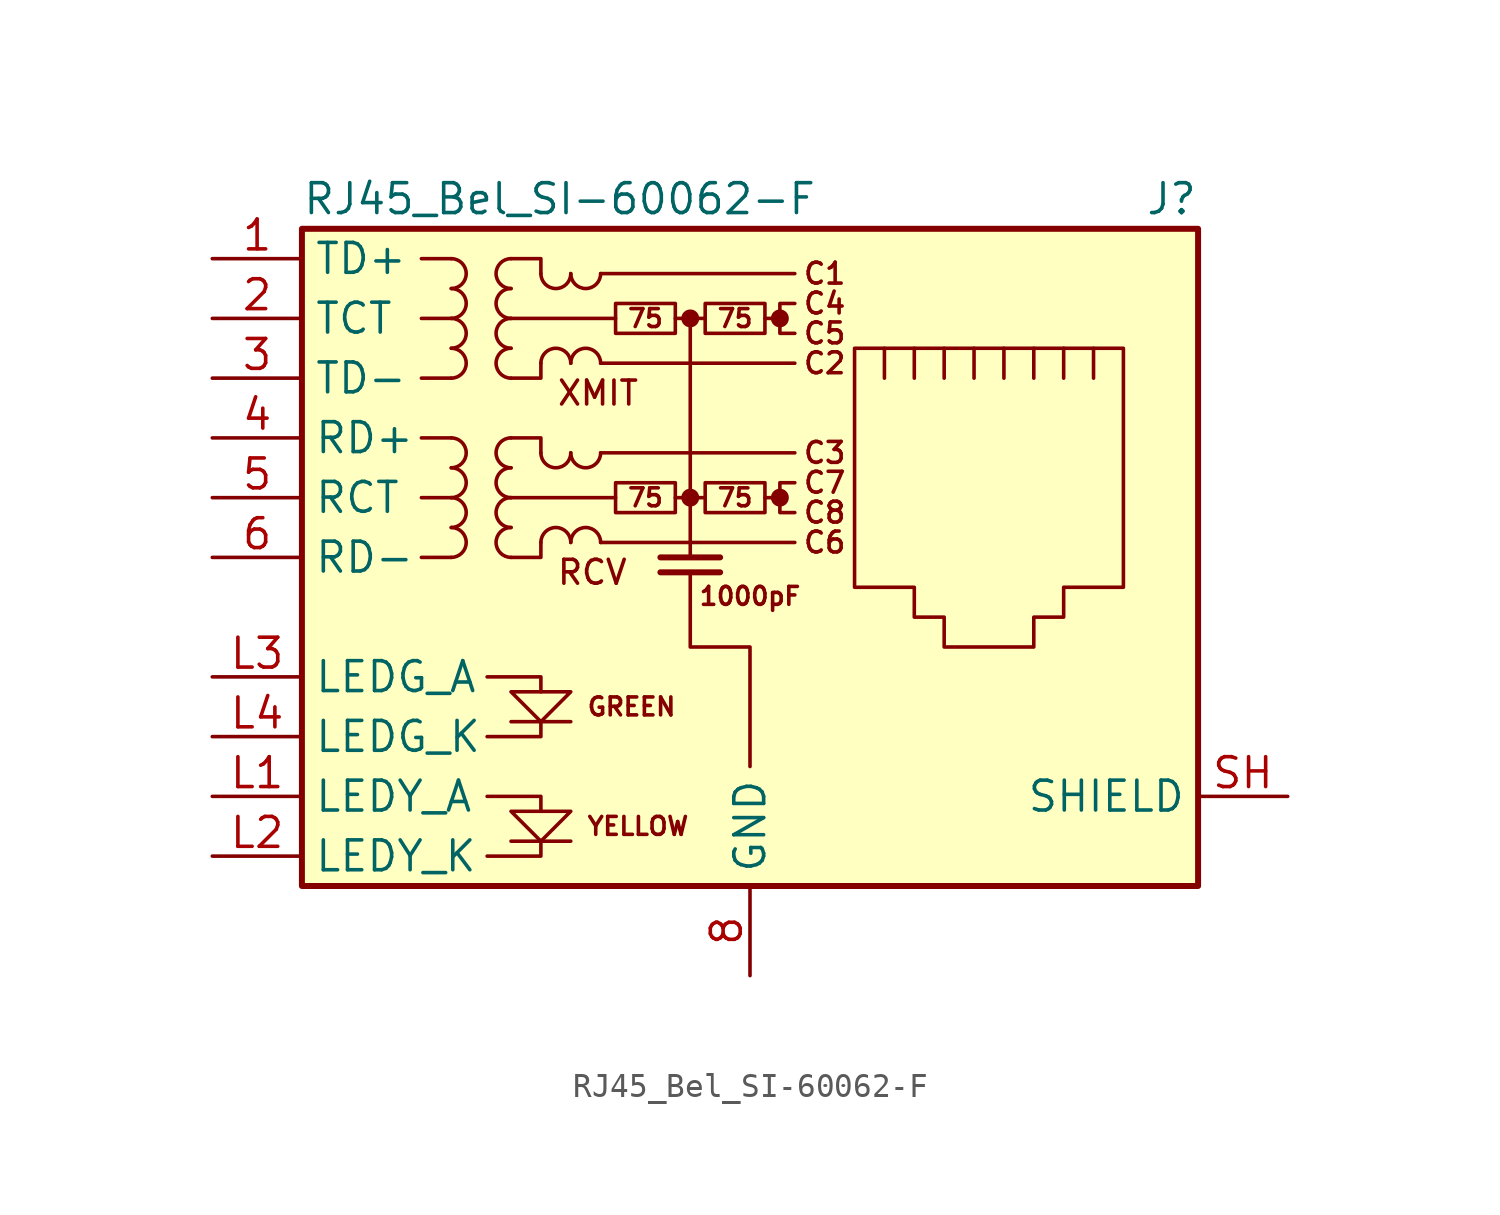
<source format=kicad_sym>
(kicad_symbol_lib
  (version 20211014)
  (generator kicad_symbol_editor)
  (symbol "RJ45_Bel_SI-60062-F"
    (property "Reference" "J"
      (at 19.05 15.24 0)
      (effects (font (size 1.27 1.27)) (justify right)))
    (property "Value" "RJ45_Bel_SI-60062-F"
      (at -19.05 15.24 0)
      (effects (font (size 1.27 1.27)) (justify left)))
    (symbol "RJ45_Bel_SI-60062-F_0_0"
      (circle (center -2.54 2.54) (radius 0.254) (stroke (width 0.254) (type default) (color 0 0 0 0)) (fill (type outline)))
      (circle (center -2.54 10.16) (radius 0.254) (stroke (width 0.254) (type default) (color 0 0 0 0)) (fill (type outline)))
      (polyline (pts (xy -7.62 -12.065) (xy -10.16 -12.065)) (stroke (width 0) (type default) (color 0 0 0 0)) (fill (type none)))
      (polyline (pts (xy -7.62 -6.985) (xy -10.16 -6.985)) (stroke (width 0) (type default) (color 0 0 0 0)) (fill (type none)))
      (polyline (pts (xy -2.54 10.16) (xy -2.54 0)) (stroke (width 0) (type default) (color 0 0 0 0)) (fill (type none)))
      (polyline (pts (xy -1.27 -0.635) (xy -3.81 -0.635)) (stroke (width 0.254) (type default) (color 0 0 0 0)) (fill (type none)))
      (polyline (pts (xy -1.27 0) (xy -3.81 0)) (stroke (width 0.254) (type default) (color 0 0 0 0)) (fill (type none)))
      (polyline (pts (xy 1.27 2.54) (xy 0.635 2.54)) (stroke (width 0) (type default) (color 0 0 0 0)) (fill (type none)))
      (polyline (pts (xy 1.27 10.16) (xy 0.635 10.16)) (stroke (width 0) (type default) (color 0 0 0 0)) (fill (type none)))
      (polyline (pts (xy -11.176 -12.7) (xy -8.89 -12.7) (xy -8.89 -12.065)) (stroke (width 0) (type default) (color 0 0 0 0)) (fill (type none)))
      (polyline (pts (xy -11.176 -10.16) (xy -8.89 -10.16) (xy -8.89 -10.795)) (stroke (width 0) (type default) (color 0 0 0 0)) (fill (type none)))
      (polyline (pts (xy -11.176 -5.08) (xy -8.89 -5.08) (xy -8.89 -5.715)) (stroke (width 0) (type default) (color 0 0 0 0)) (fill (type none)))
      (polyline (pts (xy -8.89 -6.985) (xy -8.89 -7.62) (xy -11.176 -7.62)) (stroke (width 0) (type default) (color 0 0 0 0)) (fill (type none)))
      (polyline (pts (xy -10.16 -5.715) (xy -7.62 -5.715) (xy -8.89 -6.985) (xy -10.16 -5.715)) (stroke (width 0) (type default) (color 0 0 0 0)) (fill (type none)))
      (polyline (pts (xy -7.62 -10.795) (xy -10.16 -10.795) (xy -8.89 -12.065) (xy -7.62 -10.795)) (stroke (width 0) (type default) (color 0 0 0 0)) (fill (type none)))
      (polyline (pts (xy -2.54 -0.635) (xy -2.54 -3.81) (xy 0 -3.81) (xy 0 -8.89)) (stroke (width 0) (type default) (color 0 0 0 0)) (fill (type none)))
      (polyline (pts (xy 1.905 3.175) (xy 1.27 3.175) (xy 1.27 1.905) (xy 1.905 1.905)) (stroke (width 0) (type default) (color 0 0 0 0)) (fill (type none)))
      (polyline (pts (xy 1.905 10.795) (xy 1.27 10.795) (xy 1.27 9.525) (xy 1.905 9.525)) (stroke (width 0) (type default) (color 0 0 0 0)) (fill (type none)))
      (circle (center 1.27 2.54) (radius 0.254) (stroke (width 0.254) (type default) (color 0 0 0 0)) (fill (type outline)))
      (circle (center 1.27 10.16) (radius 0.254) (stroke (width 0.254) (type default) (color 0 0 0 0)) (fill (type outline)))
      (text "1000pF" (at 0 -1.651 0) (effects (font (size 0.762 0.762))))
      (text "75" (at -4.445 2.54 0) (effects (font (size 0.762 0.762))))
      (text "75" (at -4.445 10.16 0) (effects (font (size 0.762 0.762))))
      (text "75" (at -0.635 2.54 0) (effects (font (size 0.762 0.762))))
      (text "75" (at -0.635 10.16 0) (effects (font (size 0.762 0.762))))
      (text "C1" (at 3.175 12.065 0) (effects (font (size 0.889 0.889))))
      (text "C2" (at 3.175 8.255 0) (effects (font (size 0.889 0.889))))
      (text "C3" (at 3.175 4.445 0) (effects (font (size 0.889 0.889))))
      (text "C4" (at 3.175 10.795 0) (effects (font (size 0.889 0.889))))
      (text "C5" (at 3.175 9.525 0) (effects (font (size 0.889 0.889))))
      (text "C6" (at 3.175 0.635 0) (effects (font (size 0.889 0.889))))
      (text "C7" (at 3.175 3.175 0) (effects (font (size 0.889 0.889))))
      (text "C8" (at 3.175 1.905 0) (effects (font (size 0.889 0.889))))
      (text "GREEN" (at -6.985 -6.35 0) (effects (font (size 0.762 0.762)) (justify left)))
      (text "RCV" (at -8.255 -0.635 0) (effects (font (size 1.016 1.016)) (justify left)))
      (text "XMIT" (at -8.255 6.985 0) (effects (font (size 1.016 1.016)) (justify left)))
      (text "YELLOW" (at -6.985 -11.43 0) (effects (font (size 0.762 0.762)) (justify left))))
    (symbol "RJ45_Bel_SI-60062-F_0_1"
      (rectangle (start -19.05 -13.97) (end 19.05 13.97) (stroke (width 0.254) (type default) (color 0 0 0 0)) (fill (type background)))
      (arc (start -12.7 0) (mid -12.065 0.635) (end -12.7 1.27) (stroke (width 0) (type default) (color 0 0 0 0)) (fill (type none)))
      (arc (start -12.7 1.27) (mid -12.065 1.905) (end -12.7 2.54) (stroke (width 0) (type default) (color 0 0 0 0)) (fill (type none)))
      (arc (start -12.7 2.54) (mid -12.065 3.175) (end -12.7 3.81) (stroke (width 0) (type default) (color 0 0 0 0)) (fill (type none)))
      (arc (start -12.7 3.81) (mid -12.065 4.445) (end -12.7 5.08) (stroke (width 0) (type default) (color 0 0 0 0)) (fill (type none)))
      (arc (start -12.7 7.62) (mid -12.065 8.255) (end -12.7 8.89) (stroke (width 0) (type default) (color 0 0 0 0)) (fill (type none)))
      (arc (start -12.7 8.89) (mid -12.065 9.525) (end -12.7 10.16) (stroke (width 0) (type default) (color 0 0 0 0)) (fill (type none)))
      (arc (start -12.7 10.16) (mid -12.065 10.795) (end -12.7 11.43) (stroke (width 0) (type default) (color 0 0 0 0)) (fill (type none)))
      (arc (start -12.7 11.43) (mid -12.065 12.065) (end -12.7 12.7) (stroke (width 0) (type default) (color 0 0 0 0)) (fill (type none)))
      (arc (start -10.16 1.27) (mid -10.795 0.635) (end -10.16 0) (stroke (width 0) (type default) (color 0 0 0 0)) (fill (type none)))
      (arc (start -10.16 2.54) (mid -10.795 1.905) (end -10.16 1.27) (stroke (width 0) (type default) (color 0 0 0 0)) (fill (type none)))
      (arc (start -10.16 3.81) (mid -10.795 3.175) (end -10.16 2.54) (stroke (width 0) (type default) (color 0 0 0 0)) (fill (type none)))
      (arc (start -10.16 5.08) (mid -10.795 4.445) (end -10.16 3.81) (stroke (width 0) (type default) (color 0 0 0 0)) (fill (type none)))
      (arc (start -10.16 8.89) (mid -10.795 8.255) (end -10.16 7.62) (stroke (width 0) (type default) (color 0 0 0 0)) (fill (type none)))
      (arc (start -10.16 10.16) (mid -10.795 9.525) (end -10.16 8.89) (stroke (width 0) (type default) (color 0 0 0 0)) (fill (type none)))
      (arc (start -10.16 11.43) (mid -10.795 10.795) (end -10.16 10.16) (stroke (width 0) (type default) (color 0 0 0 0)) (fill (type none)))
      (arc (start -10.16 12.7) (mid -10.795 12.065) (end -10.16 11.43) (stroke (width 0) (type default) (color 0 0 0 0)) (fill (type none)))
      (arc (start -8.89 4.445) (mid -8.255 3.81) (end -7.62 4.445) (stroke (width 0) (type default) (color 0 0 0 0)) (fill (type none)))
      (arc (start -8.89 12.065) (mid -8.255 11.43) (end -7.62 12.065) (stroke (width 0) (type default) (color 0 0 0 0)) (fill (type none)))
      (arc (start -7.62 0.635) (mid -8.255 1.27) (end -8.89 0.635) (stroke (width 0) (type default) (color 0 0 0 0)) (fill (type none)))
      (arc (start -7.62 4.445) (mid -6.985 3.81) (end -6.35 4.445) (stroke (width 0) (type default) (color 0 0 0 0)) (fill (type none)))
      (arc (start -7.62 8.255) (mid -8.255 8.89) (end -8.89 8.255) (stroke (width 0) (type default) (color 0 0 0 0)) (fill (type none)))
      (arc (start -7.62 12.065) (mid -6.985 11.43) (end -6.35 12.065) (stroke (width 0) (type default) (color 0 0 0 0)) (fill (type none)))
      (arc (start -6.35 0.635) (mid -6.985 1.27) (end -7.62 0.635) (stroke (width 0) (type default) (color 0 0 0 0)) (fill (type none)))
      (arc (start -6.35 8.255) (mid -6.985 8.89) (end -7.62 8.255) (stroke (width 0) (type default) (color 0 0 0 0)) (fill (type none)))
      (rectangle (start -5.715 3.175) (end -3.175 1.905) (stroke (width 0) (type default) (color 0 0 0 0)) (fill (type none)))
      (rectangle (start -5.715 10.795) (end -3.175 9.525) (stroke (width 0) (type default) (color 0 0 0 0)) (fill (type none)))
      (rectangle (start -1.905 3.175) (end 0.635 1.905) (stroke (width 0) (type default) (color 0 0 0 0)) (fill (type none)))
      (rectangle (start -1.905 10.795) (end 0.635 9.525) (stroke (width 0) (type default) (color 0 0 0 0)) (fill (type none)))
      (polyline (pts (xy -12.7 0) (xy -13.97 0)) (stroke (width 0) (type default) (color 0 0 0 0)) (fill (type none)))
      (polyline (pts (xy -12.7 2.54) (xy -13.97 2.54)) (stroke (width 0) (type default) (color 0 0 0 0)) (fill (type none)))
      (polyline (pts (xy -12.7 5.08) (xy -13.97 5.08)) (stroke (width 0) (type default) (color 0 0 0 0)) (fill (type none)))
      (polyline (pts (xy -12.7 7.62) (xy -13.97 7.62)) (stroke (width 0) (type default) (color 0 0 0 0)) (fill (type none)))
      (polyline (pts (xy -12.7 10.16) (xy -13.97 10.16)) (stroke (width 0) (type default) (color 0 0 0 0)) (fill (type none)))
      (polyline (pts (xy -12.7 12.7) (xy -13.97 12.7)) (stroke (width 0) (type default) (color 0 0 0 0)) (fill (type none)))
      (polyline (pts (xy -6.35 0.635) (xy 1.905 0.635)) (stroke (width 0) (type default) (color 0 0 0 0)) (fill (type none)))
      (polyline (pts (xy -6.35 4.445) (xy 1.905 4.445)) (stroke (width 0) (type default) (color 0 0 0 0)) (fill (type none)))
      (polyline (pts (xy -6.35 8.255) (xy 1.905 8.255)) (stroke (width 0) (type default) (color 0 0 0 0)) (fill (type none)))
      (polyline (pts (xy -6.35 12.065) (xy 1.905 12.065)) (stroke (width 0) (type default) (color 0 0 0 0)) (fill (type none)))
      (polyline (pts (xy -5.715 2.54) (xy -10.16 2.54)) (stroke (width 0) (type default) (color 0 0 0 0)) (fill (type none)))
      (polyline (pts (xy -5.715 10.16) (xy -10.16 10.16)) (stroke (width 0) (type default) (color 0 0 0 0)) (fill (type none)))
      (polyline (pts (xy -3.175 2.54) (xy -1.905 2.54)) (stroke (width 0) (type default) (color 0 0 0 0)) (fill (type none)))
      (polyline (pts (xy -3.175 10.16) (xy -1.905 10.16)) (stroke (width 0) (type default) (color 0 0 0 0)) (fill (type none)))
      (polyline (pts (xy 5.715 7.62) (xy 5.715 8.89)) (stroke (width 0) (type default) (color 0 0 0 0)) (fill (type none)))
      (polyline (pts (xy 6.985 8.89) (xy 6.985 7.62)) (stroke (width 0) (type default) (color 0 0 0 0)) (fill (type none)))
      (polyline (pts (xy 8.255 8.89) (xy 8.255 7.62)) (stroke (width 0) (type default) (color 0 0 0 0)) (fill (type none)))
      (polyline (pts (xy 9.525 8.89) (xy 9.525 7.62)) (stroke (width 0) (type default) (color 0 0 0 0)) (fill (type none)))
      (polyline (pts (xy 10.795 8.89) (xy 10.795 7.62)) (stroke (width 0) (type default) (color 0 0 0 0)) (fill (type none)))
      (polyline (pts (xy 12.065 8.89) (xy 12.065 7.62)) (stroke (width 0) (type default) (color 0 0 0 0)) (fill (type none)))
      (polyline (pts (xy 13.335 7.62) (xy 13.335 8.89)) (stroke (width 0) (type default) (color 0 0 0 0)) (fill (type none)))
      (polyline (pts (xy 14.605 7.62) (xy 14.605 8.89)) (stroke (width 0) (type default) (color 0 0 0 0)) (fill (type none)))
      (polyline (pts (xy -10.16 5.08) (xy -8.89 5.08) (xy -8.89 4.445)) (stroke (width 0) (type default) (color 0 0 0 0)) (fill (type none)))
      (polyline (pts (xy -10.16 12.7) (xy -8.89 12.7) (xy -8.89 12.065)) (stroke (width 0) (type default) (color 0 0 0 0)) (fill (type none)))
      (polyline (pts (xy -8.89 0.635) (xy -8.89 0) (xy -10.16 0)) (stroke (width 0) (type default) (color 0 0 0 0)) (fill (type none)))
      (polyline (pts (xy -8.89 8.255) (xy -8.89 7.62) (xy -10.16 7.62)) (stroke (width 0) (type default) (color 0 0 0 0)) (fill (type none)))
      (polyline (pts (xy 4.445 8.89) (xy 15.875 8.89) (xy 15.875 -1.27) (xy 13.335 -1.27) (xy 13.335 -2.54) (xy 12.065 -2.54) (xy 12.065 -3.81) (xy 8.255 -3.81) (xy 8.255 -2.54) (xy 6.985 -2.54) (xy 6.985 -1.27) (xy 4.445 -1.27) (xy 4.445 8.89)) (stroke (width 0) (type default) (color 0 0 0 0)) (fill (type none))))
    (symbol "RJ45_Bel_SI-60062-F_1_1"
      (pin passive line (at -22.86 12.7 0) (length 3.81) (name "TD+" (effects (font (size 1.27 1.27)))) (number "1" (effects (font (size 1.27 1.27)))))
      (pin passive line (at -22.86 10.16 0) (length 3.81) (name "TCT" (effects (font (size 1.27 1.27)))) (number "2" (effects (font (size 1.27 1.27)))))
      (pin passive line (at -22.86 7.62 0) (length 3.81) (name "TD-" (effects (font (size 1.27 1.27)))) (number "3" (effects (font (size 1.27 1.27)))))
      (pin passive line (at -22.86 5.08 0) (length 3.81) (name "RD+" (effects (font (size 1.27 1.27)))) (number "4" (effects (font (size 1.27 1.27)))))
      (pin passive line (at -22.86 2.54 0) (length 3.81) (name "RCT" (effects (font (size 1.27 1.27)))) (number "5" (effects (font (size 1.27 1.27)))))
      (pin passive line (at -22.86 0 0) (length 3.81) (name "RD-" (effects (font (size 1.27 1.27)))) (number "6" (effects (font (size 1.27 1.27)))))
      (pin no_connect line (at 5.08 -5.08 0) (length 0) hide (name "NC" (effects (font (size 1.27 1.27)))) (number "7" (effects (font (size 1.27 1.27)))))
      (pin power_in line (at 0 -17.78 90) (length 3.81) (name "GND" (effects (font (size 1.27 1.27)))) (number "8" (effects (font (size 1.27 1.27)))))
      (pin passive line (at -22.86 -10.16 0) (length 3.81) (name "LEDY_A" (effects (font (size 1.27 1.27)))) (number "L1" (effects (font (size 1.27 1.27)))))
      (pin passive line (at -22.86 -12.7 0) (length 3.81) (name "LEDY_K" (effects (font (size 1.27 1.27)))) (number "L2" (effects (font (size 1.27 1.27)))))
      (pin passive line (at -22.86 -5.08 0) (length 3.81) (name "LEDG_A" (effects (font (size 1.27 1.27)))) (number "L3" (effects (font (size 1.27 1.27)))))
      (pin passive line (at -22.86 -7.62 0) (length 3.81) (name "LEDG_K" (effects (font (size 1.27 1.27)))) (number "L4" (effects (font (size 1.27 1.27)))))
      (pin passive line (at 22.86 -10.16 180) (length 3.81) (name "SHIELD" (effects (font (size 1.27 1.27)))) (number "SH" (effects (font (size 1.27 1.27))))))))
</source>
